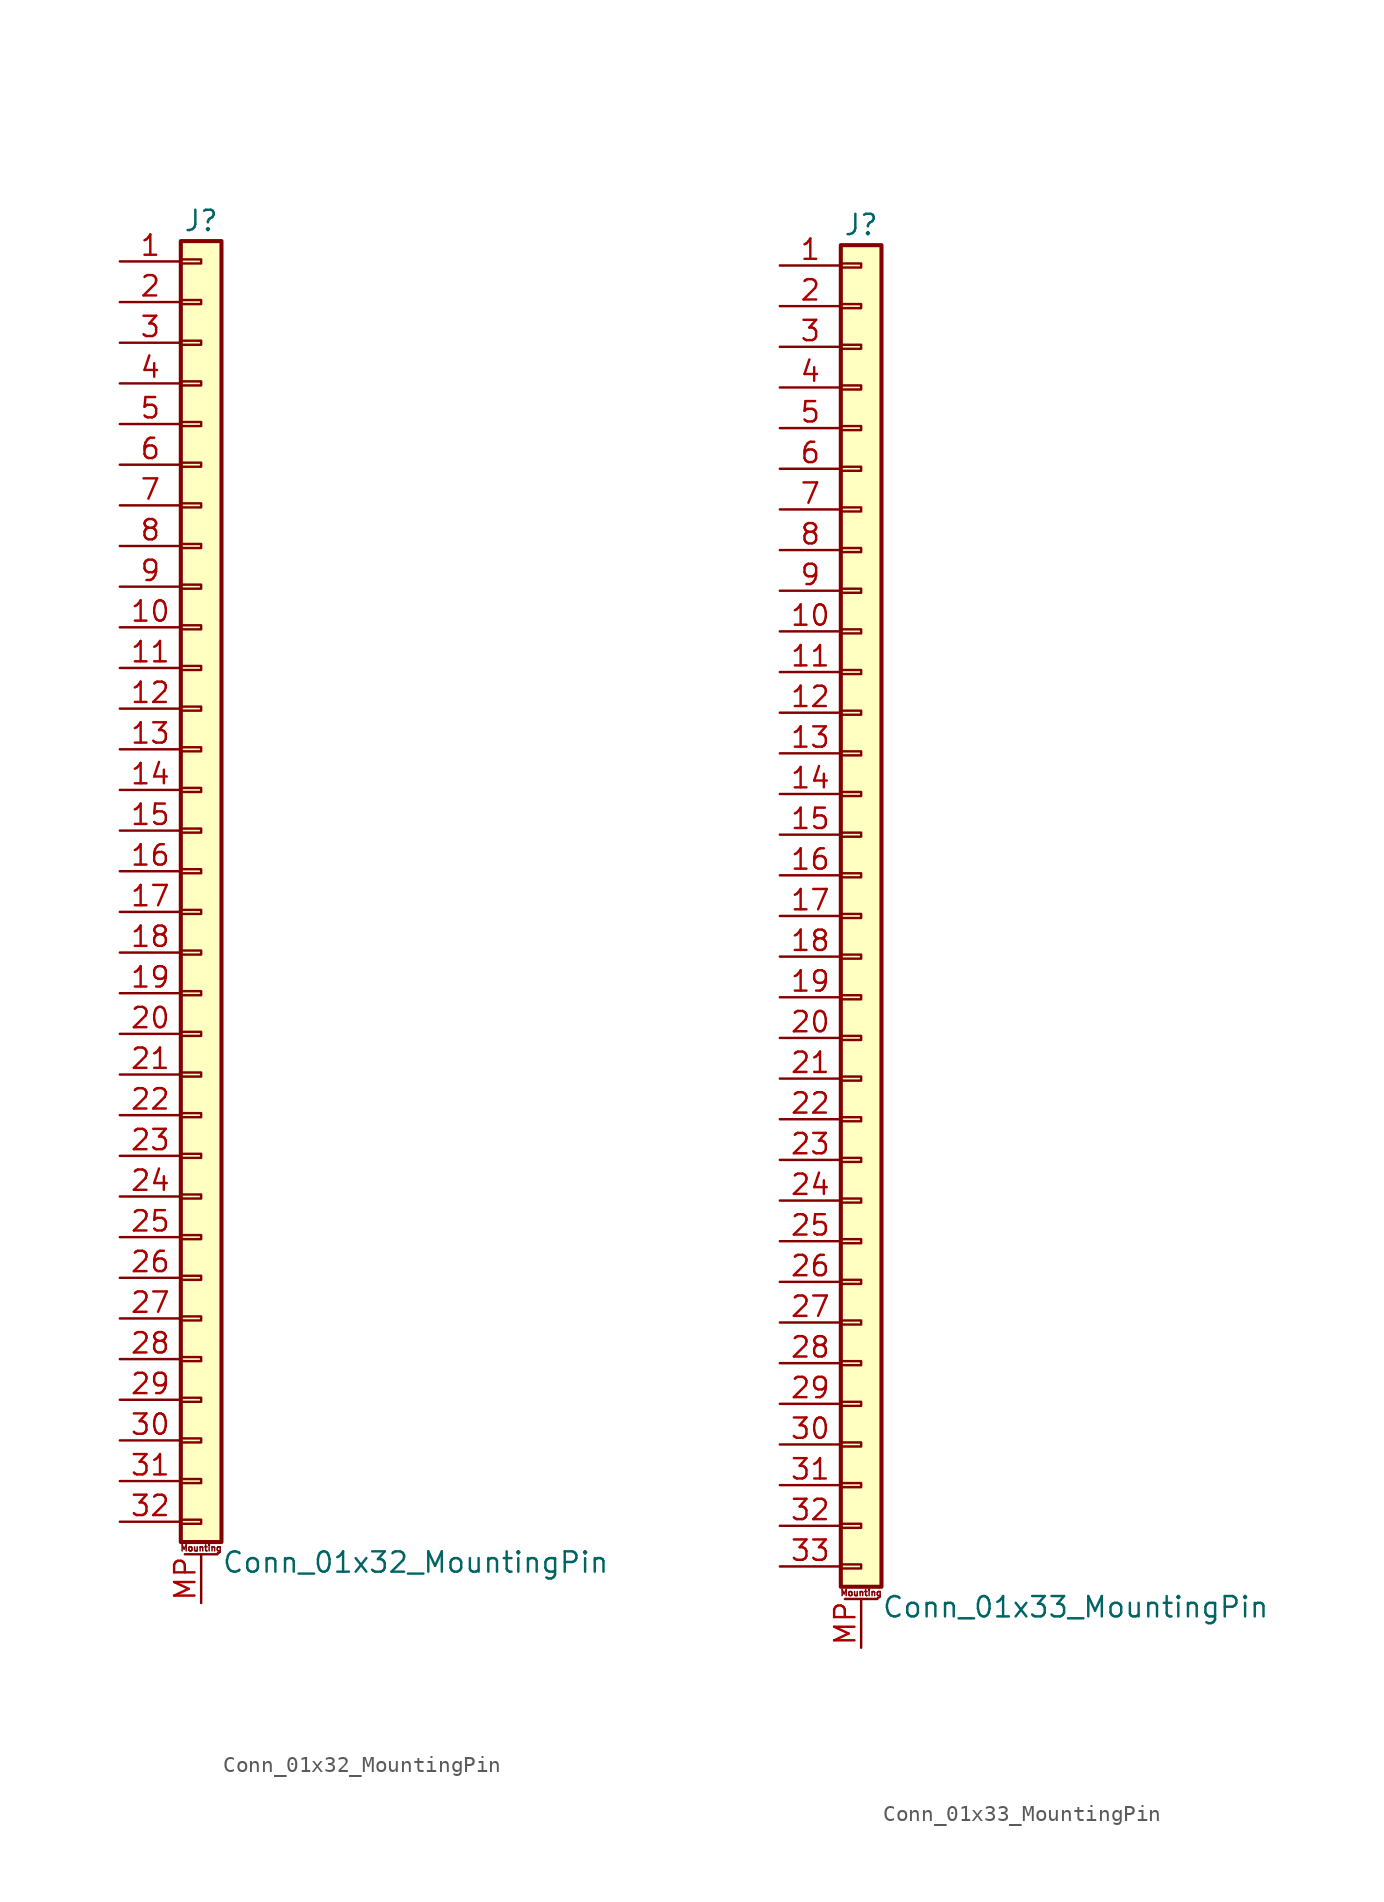
<source format=kicad_sym>
(kicad_symbol_lib
  (version 20201005)
  (generator kicad_symbol_editor)
  (symbol "Connector_Generic_MountingPin:Conn_01x32_MountingPin"
    (pin_names
      (offset 1.016) hide)
    (property "Reference" "J"
      (at 0 40.64 0)
      (effects (font (size 1.27 1.27))))
    (property "Value" "Conn_01x32_MountingPin"
      (at 1.27 -43.18 0)
      (effects (font (size 1.27 1.27)) (justify left)))
    (symbol "Conn_01x32_MountingPin_1_1"
      (text "Mounting" (at 0 -42.291 0) (effects (font (size 0.381 0.381))))
      (rectangle (start -1.27 -27.813) (end 0 -28.067) (stroke (width 0.152)) (fill (type none)))
      (rectangle (start -1.27 -30.353) (end 0 -30.607) (stroke (width 0.152)) (fill (type none)))
      (rectangle (start -1.27 -32.893) (end 0 -33.147) (stroke (width 0.152)) (fill (type none)))
      (rectangle (start -1.27 -35.433) (end 0 -35.687) (stroke (width 0.152)) (fill (type none)))
      (rectangle (start -1.27 -37.973) (end 0 -38.227) (stroke (width 0.152)) (fill (type none)))
      (rectangle (start -1.27 -40.513) (end 0 -40.767) (stroke (width 0.152)) (fill (type none)))
      (rectangle (start -1.27 -4.953) (end 0 -5.207) (stroke (width 0.152)) (fill (type none)))
      (rectangle (start -1.27 -7.493) (end 0 -7.747) (stroke (width 0.152)) (fill (type none)))
      (rectangle (start -1.27 -10.033) (end 0 -10.287) (stroke (width 0.152)) (fill (type none)))
      (rectangle (start -1.27 -12.573) (end 0 -12.827) (stroke (width 0.152)) (fill (type none)))
      (rectangle (start -1.27 -15.113) (end 0 -15.367) (stroke (width 0.152)) (fill (type none)))
      (rectangle (start -1.27 -17.653) (end 0 -17.907) (stroke (width 0.152)) (fill (type none)))
      (rectangle (start -1.27 -20.193) (end 0 -20.447) (stroke (width 0.152)) (fill (type none)))
      (rectangle (start -1.27 -22.733) (end 0 -22.987) (stroke (width 0.152)) (fill (type none)))
      (rectangle (start -1.27 -2.413) (end 0 -2.667) (stroke (width 0.152)) (fill (type none)))
      (rectangle (start -1.27 -25.273) (end 0 -25.527) (stroke (width 0.152)) (fill (type none)))
      (rectangle (start -1.27 25.527) (end 0 25.273) (stroke (width 0.152)) (fill (type none)))
      (rectangle (start -1.27 2.667) (end 0 2.413) (stroke (width 0.152)) (fill (type none)))
      (rectangle (start -1.27 28.067) (end 0 27.813) (stroke (width 0.152)) (fill (type none)))
      (rectangle (start -1.27 30.607) (end 0 30.353) (stroke (width 0.152)) (fill (type none)))
      (rectangle (start -1.27 33.147) (end 0 32.893) (stroke (width 0.152)) (fill (type none)))
      (rectangle (start -1.27 35.687) (end 0 35.433) (stroke (width 0.152)) (fill (type none)))
      (rectangle (start -1.27 38.227) (end 0 37.973) (stroke (width 0.152)) (fill (type none)))
      (rectangle (start -1.27 39.37) (end 1.27 -41.91) (stroke (width 0.254)) (fill (type background)))
      (rectangle (start -1.27 5.207) (end 0 4.953) (stroke (width 0.152)) (fill (type none)))
      (rectangle (start -1.27 7.747) (end 0 7.493) (stroke (width 0.152)) (fill (type none)))
      (rectangle (start -1.27 10.287) (end 0 10.033) (stroke (width 0.152)) (fill (type none)))
      (rectangle (start -1.27 0.127) (end 0 -0.127) (stroke (width 0.152)) (fill (type none)))
      (rectangle (start -1.27 12.827) (end 0 12.573) (stroke (width 0.152)) (fill (type none)))
      (rectangle (start -1.27 15.367) (end 0 15.113) (stroke (width 0.152)) (fill (type none)))
      (rectangle (start -1.27 17.907) (end 0 17.653) (stroke (width 0.152)) (fill (type none)))
      (rectangle (start -1.27 20.447) (end 0 20.193) (stroke (width 0.152)) (fill (type none)))
      (rectangle (start -1.27 22.987) (end 0 22.733) (stroke (width 0.152)) (fill (type none)))
      (polyline (pts (xy -1.016 -42.672) (xy 1.016 -42.672)) (stroke (width 0.152)) (fill (type none)))
      (pin passive line (at 0 -45.72 90) (length 3.048) (name "MountPin" (effects (font (size 1.27 1.27)))) (number "MP" (effects (font (size 1.27 1.27)))))
      (pin passive line (at -5.08 38.1 0) (length 3.81) (name "Pin_1" (effects (font (size 1.27 1.27)))) (number "1" (effects (font (size 1.27 1.27)))))
      (pin passive line (at -5.08 15.24 0) (length 3.81) (name "Pin_10" (effects (font (size 1.27 1.27)))) (number "10" (effects (font (size 1.27 1.27)))))
      (pin passive line (at -5.08 12.7 0) (length 3.81) (name "Pin_11" (effects (font (size 1.27 1.27)))) (number "11" (effects (font (size 1.27 1.27)))))
      (pin passive line (at -5.08 10.16 0) (length 3.81) (name "Pin_12" (effects (font (size 1.27 1.27)))) (number "12" (effects (font (size 1.27 1.27)))))
      (pin passive line (at -5.08 7.62 0) (length 3.81) (name "Pin_13" (effects (font (size 1.27 1.27)))) (number "13" (effects (font (size 1.27 1.27)))))
      (pin passive line (at -5.08 5.08 0) (length 3.81) (name "Pin_14" (effects (font (size 1.27 1.27)))) (number "14" (effects (font (size 1.27 1.27)))))
      (pin passive line (at -5.08 2.54 0) (length 3.81) (name "Pin_15" (effects (font (size 1.27 1.27)))) (number "15" (effects (font (size 1.27 1.27)))))
      (pin passive line (at -5.08 0 0) (length 3.81) (name "Pin_16" (effects (font (size 1.27 1.27)))) (number "16" (effects (font (size 1.27 1.27)))))
      (pin passive line (at -5.08 -2.54 0) (length 3.81) (name "Pin_17" (effects (font (size 1.27 1.27)))) (number "17" (effects (font (size 1.27 1.27)))))
      (pin passive line (at -5.08 -5.08 0) (length 3.81) (name "Pin_18" (effects (font (size 1.27 1.27)))) (number "18" (effects (font (size 1.27 1.27)))))
      (pin passive line (at -5.08 -7.62 0) (length 3.81) (name "Pin_19" (effects (font (size 1.27 1.27)))) (number "19" (effects (font (size 1.27 1.27)))))
      (pin passive line (at -5.08 35.56 0) (length 3.81) (name "Pin_2" (effects (font (size 1.27 1.27)))) (number "2" (effects (font (size 1.27 1.27)))))
      (pin passive line (at -5.08 -10.16 0) (length 3.81) (name "Pin_20" (effects (font (size 1.27 1.27)))) (number "20" (effects (font (size 1.27 1.27)))))
      (pin passive line (at -5.08 -12.7 0) (length 3.81) (name "Pin_21" (effects (font (size 1.27 1.27)))) (number "21" (effects (font (size 1.27 1.27)))))
      (pin passive line (at -5.08 -15.24 0) (length 3.81) (name "Pin_22" (effects (font (size 1.27 1.27)))) (number "22" (effects (font (size 1.27 1.27)))))
      (pin passive line (at -5.08 -17.78 0) (length 3.81) (name "Pin_23" (effects (font (size 1.27 1.27)))) (number "23" (effects (font (size 1.27 1.27)))))
      (pin passive line (at -5.08 -20.32 0) (length 3.81) (name "Pin_24" (effects (font (size 1.27 1.27)))) (number "24" (effects (font (size 1.27 1.27)))))
      (pin passive line (at -5.08 -22.86 0) (length 3.81) (name "Pin_25" (effects (font (size 1.27 1.27)))) (number "25" (effects (font (size 1.27 1.27)))))
      (pin passive line (at -5.08 -25.4 0) (length 3.81) (name "Pin_26" (effects (font (size 1.27 1.27)))) (number "26" (effects (font (size 1.27 1.27)))))
      (pin passive line (at -5.08 -27.94 0) (length 3.81) (name "Pin_27" (effects (font (size 1.27 1.27)))) (number "27" (effects (font (size 1.27 1.27)))))
      (pin passive line (at -5.08 -30.48 0) (length 3.81) (name "Pin_28" (effects (font (size 1.27 1.27)))) (number "28" (effects (font (size 1.27 1.27)))))
      (pin passive line (at -5.08 -33.02 0) (length 3.81) (name "Pin_29" (effects (font (size 1.27 1.27)))) (number "29" (effects (font (size 1.27 1.27)))))
      (pin passive line (at -5.08 33.02 0) (length 3.81) (name "Pin_3" (effects (font (size 1.27 1.27)))) (number "3" (effects (font (size 1.27 1.27)))))
      (pin passive line (at -5.08 -35.56 0) (length 3.81) (name "Pin_30" (effects (font (size 1.27 1.27)))) (number "30" (effects (font (size 1.27 1.27)))))
      (pin passive line (at -5.08 -38.1 0) (length 3.81) (name "Pin_31" (effects (font (size 1.27 1.27)))) (number "31" (effects (font (size 1.27 1.27)))))
      (pin passive line (at -5.08 -40.64 0) (length 3.81) (name "Pin_32" (effects (font (size 1.27 1.27)))) (number "32" (effects (font (size 1.27 1.27)))))
      (pin passive line (at -5.08 30.48 0) (length 3.81) (name "Pin_4" (effects (font (size 1.27 1.27)))) (number "4" (effects (font (size 1.27 1.27)))))
      (pin passive line (at -5.08 27.94 0) (length 3.81) (name "Pin_5" (effects (font (size 1.27 1.27)))) (number "5" (effects (font (size 1.27 1.27)))))
      (pin passive line (at -5.08 25.4 0) (length 3.81) (name "Pin_6" (effects (font (size 1.27 1.27)))) (number "6" (effects (font (size 1.27 1.27)))))
      (pin passive line (at -5.08 22.86 0) (length 3.81) (name "Pin_7" (effects (font (size 1.27 1.27)))) (number "7" (effects (font (size 1.27 1.27)))))
      (pin passive line (at -5.08 20.32 0) (length 3.81) (name "Pin_8" (effects (font (size 1.27 1.27)))) (number "8" (effects (font (size 1.27 1.27)))))
      (pin passive line (at -5.08 17.78 0) (length 3.81) (name "Pin_9" (effects (font (size 1.27 1.27)))) (number "9" (effects (font (size 1.27 1.27)))))))
  (symbol "Connector_Generic_MountingPin:Conn_01x33_MountingPin"
    (pin_names
      (offset 1.016) hide)
    (property "Reference" "J"
      (at 0 43.18 0)
      (effects (font (size 1.27 1.27))))
    (property "Value" "Conn_01x33_MountingPin"
      (at 1.27 -43.18 0)
      (effects (font (size 1.27 1.27)) (justify left)))
    (symbol "Conn_01x33_MountingPin_1_1"
      (text "Mounting" (at 0 -42.291 0) (effects (font (size 0.381 0.381))))
      (rectangle (start -1.27 -27.813) (end 0 -28.067) (stroke (width 0.152)) (fill (type none)))
      (rectangle (start -1.27 -30.353) (end 0 -30.607) (stroke (width 0.152)) (fill (type none)))
      (rectangle (start -1.27 -32.893) (end 0 -33.147) (stroke (width 0.152)) (fill (type none)))
      (rectangle (start -1.27 -35.433) (end 0 -35.687) (stroke (width 0.152)) (fill (type none)))
      (rectangle (start -1.27 -37.973) (end 0 -38.227) (stroke (width 0.152)) (fill (type none)))
      (rectangle (start -1.27 -40.513) (end 0 -40.767) (stroke (width 0.152)) (fill (type none)))
      (rectangle (start -1.27 -4.953) (end 0 -5.207) (stroke (width 0.152)) (fill (type none)))
      (rectangle (start -1.27 -7.493) (end 0 -7.747) (stroke (width 0.152)) (fill (type none)))
      (rectangle (start -1.27 -10.033) (end 0 -10.287) (stroke (width 0.152)) (fill (type none)))
      (rectangle (start -1.27 -12.573) (end 0 -12.827) (stroke (width 0.152)) (fill (type none)))
      (rectangle (start -1.27 -15.113) (end 0 -15.367) (stroke (width 0.152)) (fill (type none)))
      (rectangle (start -1.27 -17.653) (end 0 -17.907) (stroke (width 0.152)) (fill (type none)))
      (rectangle (start -1.27 -20.193) (end 0 -20.447) (stroke (width 0.152)) (fill (type none)))
      (rectangle (start -1.27 -22.733) (end 0 -22.987) (stroke (width 0.152)) (fill (type none)))
      (rectangle (start -1.27 -2.413) (end 0 -2.667) (stroke (width 0.152)) (fill (type none)))
      (rectangle (start -1.27 -25.273) (end 0 -25.527) (stroke (width 0.152)) (fill (type none)))
      (rectangle (start -1.27 25.527) (end 0 25.273) (stroke (width 0.152)) (fill (type none)))
      (rectangle (start -1.27 2.667) (end 0 2.413) (stroke (width 0.152)) (fill (type none)))
      (rectangle (start -1.27 28.067) (end 0 27.813) (stroke (width 0.152)) (fill (type none)))
      (rectangle (start -1.27 30.607) (end 0 30.353) (stroke (width 0.152)) (fill (type none)))
      (rectangle (start -1.27 33.147) (end 0 32.893) (stroke (width 0.152)) (fill (type none)))
      (rectangle (start -1.27 35.687) (end 0 35.433) (stroke (width 0.152)) (fill (type none)))
      (rectangle (start -1.27 38.227) (end 0 37.973) (stroke (width 0.152)) (fill (type none)))
      (rectangle (start -1.27 40.767) (end 0 40.513) (stroke (width 0.152)) (fill (type none)))
      (rectangle (start -1.27 41.91) (end 1.27 -41.91) (stroke (width 0.254)) (fill (type background)))
      (rectangle (start -1.27 5.207) (end 0 4.953) (stroke (width 0.152)) (fill (type none)))
      (rectangle (start -1.27 7.747) (end 0 7.493) (stroke (width 0.152)) (fill (type none)))
      (rectangle (start -1.27 10.287) (end 0 10.033) (stroke (width 0.152)) (fill (type none)))
      (rectangle (start -1.27 0.127) (end 0 -0.127) (stroke (width 0.152)) (fill (type none)))
      (rectangle (start -1.27 12.827) (end 0 12.573) (stroke (width 0.152)) (fill (type none)))
      (rectangle (start -1.27 15.367) (end 0 15.113) (stroke (width 0.152)) (fill (type none)))
      (rectangle (start -1.27 17.907) (end 0 17.653) (stroke (width 0.152)) (fill (type none)))
      (rectangle (start -1.27 20.447) (end 0 20.193) (stroke (width 0.152)) (fill (type none)))
      (rectangle (start -1.27 22.987) (end 0 22.733) (stroke (width 0.152)) (fill (type none)))
      (polyline (pts (xy -1.016 -42.672) (xy 1.016 -42.672)) (stroke (width 0.152)) (fill (type none)))
      (pin passive line (at 0 -45.72 90) (length 3.048) (name "MountPin" (effects (font (size 1.27 1.27)))) (number "MP" (effects (font (size 1.27 1.27)))))
      (pin passive line (at -5.08 40.64 0) (length 3.81) (name "Pin_1" (effects (font (size 1.27 1.27)))) (number "1" (effects (font (size 1.27 1.27)))))
      (pin passive line (at -5.08 17.78 0) (length 3.81) (name "Pin_10" (effects (font (size 1.27 1.27)))) (number "10" (effects (font (size 1.27 1.27)))))
      (pin passive line (at -5.08 15.24 0) (length 3.81) (name "Pin_11" (effects (font (size 1.27 1.27)))) (number "11" (effects (font (size 1.27 1.27)))))
      (pin passive line (at -5.08 12.7 0) (length 3.81) (name "Pin_12" (effects (font (size 1.27 1.27)))) (number "12" (effects (font (size 1.27 1.27)))))
      (pin passive line (at -5.08 10.16 0) (length 3.81) (name "Pin_13" (effects (font (size 1.27 1.27)))) (number "13" (effects (font (size 1.27 1.27)))))
      (pin passive line (at -5.08 7.62 0) (length 3.81) (name "Pin_14" (effects (font (size 1.27 1.27)))) (number "14" (effects (font (size 1.27 1.27)))))
      (pin passive line (at -5.08 5.08 0) (length 3.81) (name "Pin_15" (effects (font (size 1.27 1.27)))) (number "15" (effects (font (size 1.27 1.27)))))
      (pin passive line (at -5.08 2.54 0) (length 3.81) (name "Pin_16" (effects (font (size 1.27 1.27)))) (number "16" (effects (font (size 1.27 1.27)))))
      (pin passive line (at -5.08 0 0) (length 3.81) (name "Pin_17" (effects (font (size 1.27 1.27)))) (number "17" (effects (font (size 1.27 1.27)))))
      (pin passive line (at -5.08 -2.54 0) (length 3.81) (name "Pin_18" (effects (font (size 1.27 1.27)))) (number "18" (effects (font (size 1.27 1.27)))))
      (pin passive line (at -5.08 -5.08 0) (length 3.81) (name "Pin_19" (effects (font (size 1.27 1.27)))) (number "19" (effects (font (size 1.27 1.27)))))
      (pin passive line (at -5.08 38.1 0) (length 3.81) (name "Pin_2" (effects (font (size 1.27 1.27)))) (number "2" (effects (font (size 1.27 1.27)))))
      (pin passive line (at -5.08 -7.62 0) (length 3.81) (name "Pin_20" (effects (font (size 1.27 1.27)))) (number "20" (effects (font (size 1.27 1.27)))))
      (pin passive line (at -5.08 -10.16 0) (length 3.81) (name "Pin_21" (effects (font (size 1.27 1.27)))) (number "21" (effects (font (size 1.27 1.27)))))
      (pin passive line (at -5.08 -12.7 0) (length 3.81) (name "Pin_22" (effects (font (size 1.27 1.27)))) (number "22" (effects (font (size 1.27 1.27)))))
      (pin passive line (at -5.08 -15.24 0) (length 3.81) (name "Pin_23" (effects (font (size 1.27 1.27)))) (number "23" (effects (font (size 1.27 1.27)))))
      (pin passive line (at -5.08 -17.78 0) (length 3.81) (name "Pin_24" (effects (font (size 1.27 1.27)))) (number "24" (effects (font (size 1.27 1.27)))))
      (pin passive line (at -5.08 -20.32 0) (length 3.81) (name "Pin_25" (effects (font (size 1.27 1.27)))) (number "25" (effects (font (size 1.27 1.27)))))
      (pin passive line (at -5.08 -22.86 0) (length 3.81) (name "Pin_26" (effects (font (size 1.27 1.27)))) (number "26" (effects (font (size 1.27 1.27)))))
      (pin passive line (at -5.08 -25.4 0) (length 3.81) (name "Pin_27" (effects (font (size 1.27 1.27)))) (number "27" (effects (font (size 1.27 1.27)))))
      (pin passive line (at -5.08 -27.94 0) (length 3.81) (name "Pin_28" (effects (font (size 1.27 1.27)))) (number "28" (effects (font (size 1.27 1.27)))))
      (pin passive line (at -5.08 -30.48 0) (length 3.81) (name "Pin_29" (effects (font (size 1.27 1.27)))) (number "29" (effects (font (size 1.27 1.27)))))
      (pin passive line (at -5.08 35.56 0) (length 3.81) (name "Pin_3" (effects (font (size 1.27 1.27)))) (number "3" (effects (font (size 1.27 1.27)))))
      (pin passive line (at -5.08 -33.02 0) (length 3.81) (name "Pin_30" (effects (font (size 1.27 1.27)))) (number "30" (effects (font (size 1.27 1.27)))))
      (pin passive line (at -5.08 -35.56 0) (length 3.81) (name "Pin_31" (effects (font (size 1.27 1.27)))) (number "31" (effects (font (size 1.27 1.27)))))
      (pin passive line (at -5.08 -38.1 0) (length 3.81) (name "Pin_32" (effects (font (size 1.27 1.27)))) (number "32" (effects (font (size 1.27 1.27)))))
      (pin passive line (at -5.08 -40.64 0) (length 3.81) (name "Pin_33" (effects (font (size 1.27 1.27)))) (number "33" (effects (font (size 1.27 1.27)))))
      (pin passive line (at -5.08 33.02 0) (length 3.81) (name "Pin_4" (effects (font (size 1.27 1.27)))) (number "4" (effects (font (size 1.27 1.27)))))
      (pin passive line (at -5.08 30.48 0) (length 3.81) (name "Pin_5" (effects (font (size 1.27 1.27)))) (number "5" (effects (font (size 1.27 1.27)))))
      (pin passive line (at -5.08 27.94 0) (length 3.81) (name "Pin_6" (effects (font (size 1.27 1.27)))) (number "6" (effects (font (size 1.27 1.27)))))
      (pin passive line (at -5.08 25.4 0) (length 3.81) (name "Pin_7" (effects (font (size 1.27 1.27)))) (number "7" (effects (font (size 1.27 1.27)))))
      (pin passive line (at -5.08 22.86 0) (length 3.81) (name "Pin_8" (effects (font (size 1.27 1.27)))) (number "8" (effects (font (size 1.27 1.27)))))
      (pin passive line (at -5.08 20.32 0) (length 3.81) (name "Pin_9" (effects (font (size 1.27 1.27)))) (number "9" (effects (font (size 1.27 1.27))))))))
</source>
